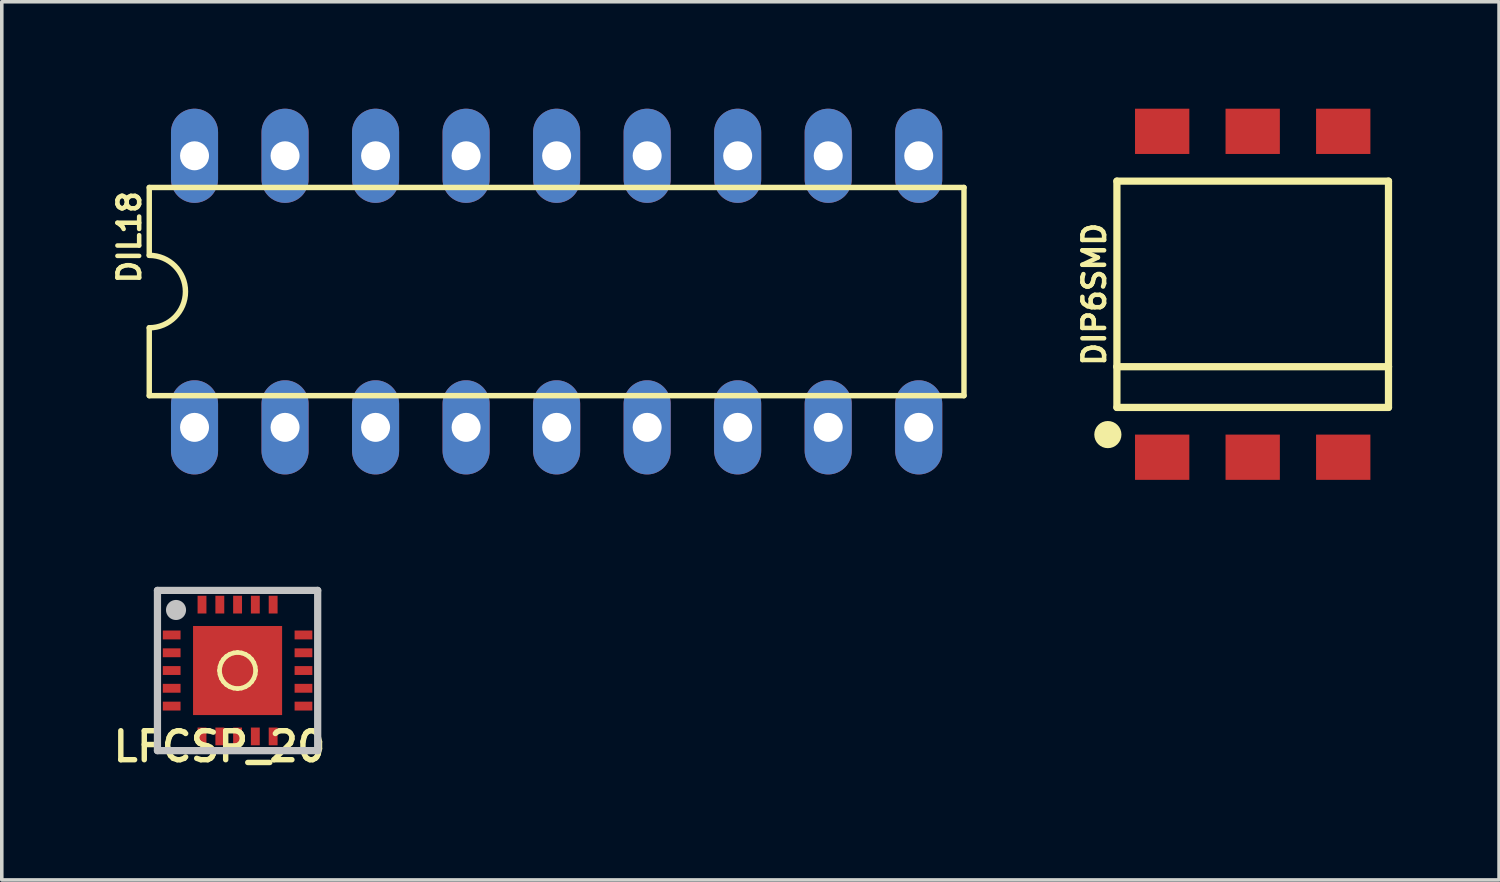
<source format=kicad_pcb>
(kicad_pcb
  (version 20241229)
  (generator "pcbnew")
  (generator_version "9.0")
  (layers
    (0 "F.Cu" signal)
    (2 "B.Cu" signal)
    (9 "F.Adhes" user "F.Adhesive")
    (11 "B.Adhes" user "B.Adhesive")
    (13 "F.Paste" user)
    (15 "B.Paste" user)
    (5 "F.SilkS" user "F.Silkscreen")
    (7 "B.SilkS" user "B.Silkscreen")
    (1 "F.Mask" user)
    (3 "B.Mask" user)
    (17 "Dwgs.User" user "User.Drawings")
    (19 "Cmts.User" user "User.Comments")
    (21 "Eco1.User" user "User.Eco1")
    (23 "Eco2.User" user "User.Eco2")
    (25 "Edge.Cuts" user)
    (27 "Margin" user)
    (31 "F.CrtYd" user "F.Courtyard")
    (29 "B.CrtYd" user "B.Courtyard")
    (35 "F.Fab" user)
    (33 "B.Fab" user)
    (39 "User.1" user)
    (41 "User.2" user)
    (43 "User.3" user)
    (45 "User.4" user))
  (footprint "DIP6SMD"
    (layer "F.Cu")
    (at 32.099 5.207)
    (property "Reference" "DIP6SMD" (at -4.445 0 90) (layer "F.SilkS") (effects (font (size 0.61 0.61) (thickness 0.127))))
    (attr smd)
    (fp_line (start -3.81 -3.175) (end 3.81 -3.175) (stroke (width 0.203) (type solid)) (layer "F.SilkS"))
    (fp_line (start -3.81 2.032) (end -3.81 -3.175) (stroke (width 0.203) (type solid)) (layer "F.SilkS"))
    (fp_line (start -3.81 2.032) (end 3.81 2.032) (stroke (width 0.203) (type solid)) (layer "F.SilkS"))
    (fp_line (start -3.81 3.175) (end -3.81 2.032) (stroke (width 0.203) (type solid)) (layer "F.SilkS"))
    (fp_line (start 3.81 -3.175) (end 3.81 2.032) (stroke (width 0.203) (type solid)) (layer "F.SilkS"))
    (fp_line (start 3.81 2.032) (end 3.81 3.175) (stroke (width 0.203) (type solid)) (layer "F.SilkS"))
    (fp_line (start 3.81 3.175) (end -3.81 3.175) (stroke (width 0.203) (type solid)) (layer "F.SilkS"))
    (fp_circle (center -4.064 3.937) (end -3.937 3.937) (stroke (width 0.254) (type solid)) (fill no) (layer "F.SilkS"))
    (fp_circle (center -4.064 3.937) (end -3.81 3.937) (stroke (width 0.254) (type solid)) (fill no) (layer "F.SilkS"))
    (pad "1" smd rect (at -2.54 4.572) (size 1.524 1.27) (layers "F.Cu" "F.Mask" "F.Paste"))
    (pad "2" smd rect (at 0 4.572) (size 1.524 1.27) (layers "F.Cu" "F.Mask" "F.Paste"))
    (pad "3" smd rect (at 2.54 4.572) (size 1.524 1.27) (layers "F.Cu" "F.Mask" "F.Paste"))
    (pad "4" smd rect (at 2.54 -4.572) (size 1.524 1.27) (layers "F.Cu" "F.Mask" "F.Paste"))
    (pad "5" smd rect (at 0 -4.572) (size 1.524 1.27) (layers "F.Cu" "F.Mask" "F.Paste"))
    (pad "6" smd rect (at -2.54 -4.572) (size 1.524 1.27) (layers "F.Cu" "F.Mask" "F.Paste")))
  (footprint "DIL18"
    (layer "F.Cu")
    (at 12.568 5.131)
    (property "Reference" "DIL18" (at -11.989 -1.524 90) (layer "F.SilkS") (effects (font (size 0.61 0.61) (thickness 0.127))))
    (attr exclude_from_pos_files exclude_from_bom)
    (fp_line (start -11.43 -2.921) (end -11.43 -1.016) (stroke (width 0.152) (type solid)) (layer "F.SilkS"))
    (fp_line (start -11.43 2.921) (end -11.43 1.016) (stroke (width 0.152) (type solid)) (layer "F.SilkS"))
    (fp_line (start -11.43 2.921) (end 11.43 2.921) (stroke (width 0.152) (type solid)) (layer "F.SilkS"))
    (fp_line (start 11.43 -2.921) (end -11.43 -2.921) (stroke (width 0.152) (type solid)) (layer "F.SilkS"))
    (fp_line (start 11.43 -2.921) (end 11.43 2.921) (stroke (width 0.152) (type solid)) (layer "F.SilkS"))
    (fp_arc (start -11.43 -1.016) (mid -10.414 0) (end -11.43 1.016) (stroke (width 0.1524) (type solid)) (layer "F.SilkS"))
    (pad "1" thru_hole oval (at -10.16 3.81 180) (size 1.321 2.642) (drill 0.813) (layers "*.Cu" "*.Paste" "*.Mask"))
    (pad "2" thru_hole oval (at -7.62 3.81 180) (size 1.321 2.642) (drill 0.813) (layers "*.Cu" "*.Paste" "*.Mask"))
    (pad "3" thru_hole oval (at -5.08 3.81 180) (size 1.321 2.642) (drill 0.813) (layers "*.Cu" "*.Paste" "*.Mask"))
    (pad "4" thru_hole oval (at -2.54 3.81 180) (size 1.321 2.642) (drill 0.813) (layers "*.Cu" "*.Paste" "*.Mask"))
    (pad "5" thru_hole oval (at 0 3.81 180) (size 1.321 2.642) (drill 0.813) (layers "*.Cu" "*.Paste" "*.Mask"))
    (pad "6" thru_hole oval (at 2.54 3.81 180) (size 1.321 2.642) (drill 0.813) (layers "*.Cu" "*.Paste" "*.Mask"))
    (pad "7" thru_hole oval (at 5.08 3.81 180) (size 1.321 2.642) (drill 0.813) (layers "*.Cu" "*.Paste" "*.Mask"))
    (pad "8" thru_hole oval (at 7.62 3.81 180) (size 1.321 2.642) (drill 0.813) (layers "*.Cu" "*.Paste" "*.Mask"))
    (pad "9" thru_hole oval (at 10.16 3.81 180) (size 1.321 2.642) (drill 0.813) (layers "*.Cu" "*.Paste" "*.Mask"))
    (pad "10" thru_hole oval (at 10.16 -3.81 180) (size 1.321 2.642) (drill 0.813) (layers "*.Cu" "*.Paste" "*.Mask"))
    (pad "11" thru_hole oval (at 7.62 -3.81 180) (size 1.321 2.642) (drill 0.813) (layers "*.Cu" "*.Paste" "*.Mask"))
    (pad "12" thru_hole oval (at 5.08 -3.81 180) (size 1.321 2.642) (drill 0.813) (layers "*.Cu" "*.Paste" "*.Mask"))
    (pad "13" thru_hole oval (at 2.54 -3.81 180) (size 1.321 2.642) (drill 0.813) (layers "*.Cu" "*.Paste" "*.Mask"))
    (pad "14" thru_hole oval (at 0 -3.81 180) (size 1.321 2.642) (drill 0.813) (layers "*.Cu" "*.Paste" "*.Mask"))
    (pad "15" thru_hole oval (at -2.54 -3.81 180) (size 1.321 2.642) (drill 0.813) (layers "*.Cu" "*.Paste" "*.Mask"))
    (pad "16" thru_hole oval (at -5.08 -3.81 180) (size 1.321 2.642) (drill 0.813) (layers "*.Cu" "*.Paste" "*.Mask"))
    (pad "17" thru_hole oval (at -7.62 -3.81 180) (size 1.321 2.642) (drill 0.813) (layers "*.Cu" "*.Paste" "*.Mask"))
    (pad "18" thru_hole oval (at -10.16 -3.81 180) (size 1.321 2.642) (drill 0.813) (layers "*.Cu" "*.Paste" "*.Mask")))
  (footprint "LFCSP_20"
    (layer "F.Cu")
    (at 3.616 15.764)
    (property "Reference" "LFCSP_20" (at -0.508 2.134 0) (layer "F.SilkS") (effects (font (size 0.813 0.813) (thickness 0.152))))
    (attr smd)
    (fp_line (start -0.508 0) (end -0.493 -0.112) (stroke (width 0.127) (type solid)) (layer "F.SilkS"))
    (fp_line (start -0.493 -0.112) (end -0.457 -0.218) (stroke (width 0.127) (type solid)) (layer "F.SilkS"))
    (fp_line (start -0.493 0.112) (end -0.508 0) (stroke (width 0.127) (type solid)) (layer "F.SilkS"))
    (fp_line (start -0.457 -0.218) (end -0.396 -0.315) (stroke (width 0.127) (type solid)) (layer "F.SilkS"))
    (fp_line (start -0.457 0.218) (end -0.493 0.112) (stroke (width 0.127) (type solid)) (layer "F.SilkS"))
    (fp_line (start -0.396 -0.315) (end -0.315 -0.396) (stroke (width 0.127) (type solid)) (layer "F.SilkS"))
    (fp_line (start -0.396 0.315) (end -0.457 0.218) (stroke (width 0.127) (type solid)) (layer "F.SilkS"))
    (fp_line (start -0.315 -0.396) (end -0.218 -0.457) (stroke (width 0.127) (type solid)) (layer "F.SilkS"))
    (fp_line (start -0.315 0.396) (end -0.396 0.315) (stroke (width 0.127) (type solid)) (layer "F.SilkS"))
    (fp_line (start -0.218 -0.457) (end -0.112 -0.493) (stroke (width 0.127) (type solid)) (layer "F.SilkS"))
    (fp_line (start -0.218 0.457) (end -0.315 0.396) (stroke (width 0.127) (type solid)) (layer "F.SilkS"))
    (fp_line (start -0.112 -0.493) (end 0 -0.508) (stroke (width 0.127) (type solid)) (layer "F.SilkS"))
    (fp_line (start -0.112 0.493) (end -0.218 0.457) (stroke (width 0.127) (type solid)) (layer "F.SilkS"))
    (fp_line (start 0 -0.508) (end 0.112 -0.493) (stroke (width 0.127) (type solid)) (layer "F.SilkS"))
    (fp_line (start 0 0.508) (end -0.112 0.493) (stroke (width 0.127) (type solid)) (layer "F.SilkS"))
    (fp_line (start 0.112 -0.493) (end 0.218 -0.457) (stroke (width 0.127) (type solid)) (layer "F.SilkS"))
    (fp_line (start 0.112 0.493) (end 0 0.508) (stroke (width 0.127) (type solid)) (layer "F.SilkS"))
    (fp_line (start 0.218 -0.457) (end 0.315 -0.396) (stroke (width 0.127) (type solid)) (layer "F.SilkS"))
    (fp_line (start 0.218 0.457) (end 0.112 0.493) (stroke (width 0.127) (type solid)) (layer "F.SilkS"))
    (fp_line (start 0.315 -0.396) (end 0.396 -0.315) (stroke (width 0.127) (type solid)) (layer "F.SilkS"))
    (fp_line (start 0.315 0.396) (end 0.218 0.457) (stroke (width 0.127) (type solid)) (layer "F.SilkS"))
    (fp_line (start 0.396 -0.315) (end 0.457 -0.218) (stroke (width 0.127) (type solid)) (layer "F.SilkS"))
    (fp_line (start 0.396 0.315) (end 0.315 0.396) (stroke (width 0.127) (type solid)) (layer "F.SilkS"))
    (fp_line (start 0.457 -0.218) (end 0.493 -0.112) (stroke (width 0.127) (type solid)) (layer "F.SilkS"))
    (fp_line (start 0.457 0.218) (end 0.396 0.315) (stroke (width 0.127) (type solid)) (layer "F.SilkS"))
    (fp_line (start 0.493 -0.112) (end 0.508 0) (stroke (width 0.127) (type solid)) (layer "F.SilkS"))
    (fp_line (start 0.493 0.112) (end 0.457 0.218) (stroke (width 0.127) (type solid)) (layer "F.SilkS"))
    (fp_line (start 0.508 0) (end 0.493 0.112) (stroke (width 0.127) (type solid)) (layer "F.SilkS"))
    (fp_line (start -2.248 -2.248) (end -2.248 2.248) (stroke (width 0.203) (type solid)) (layer "Dwgs.User"))
    (fp_line (start -2.248 2.248) (end 2.248 2.248) (stroke (width 0.203) (type solid)) (layer "Dwgs.User"))
    (fp_line (start 2.248 -2.248) (end -2.248 -2.248) (stroke (width 0.203) (type solid)) (layer "Dwgs.User"))
    (fp_line (start 2.248 2.248) (end 2.248 -2.248) (stroke (width 0.203) (type solid)) (layer "Dwgs.User"))
    (fp_circle (center -1.727 -1.699) (end -1.727 -1.981) (stroke (width 0) (type solid)) (fill yes) (layer "Dwgs.User"))
    (pad "1" smd rect (at -1.849 -0.998 270) (size 0.249 0.498) (layers "F.Cu" "F.Mask" "F.Paste"))
    (pad "2" smd rect (at -1.849 -0.498 270) (size 0.249 0.498) (layers "F.Cu" "F.Mask" "F.Paste"))
    (pad "3" smd rect (at -1.849 0 270) (size 0.249 0.498) (layers "F.Cu" "F.Mask" "F.Paste"))
    (pad "4" smd rect (at -1.849 0.498 270) (size 0.249 0.498) (layers "F.Cu" "F.Mask" "F.Paste"))
    (pad "5" smd rect (at -1.849 0.998 270) (size 0.249 0.498) (layers "F.Cu" "F.Mask" "F.Paste"))
    (pad "6" smd rect (at -0.998 1.849) (size 0.249 0.498) (layers "F.Cu" "F.Mask" "F.Paste"))
    (pad "7" smd rect (at -0.498 1.849) (size 0.249 0.498) (layers "F.Cu" "F.Mask" "F.Paste"))
    (pad "8" smd rect (at 0 1.849) (size 0.249 0.498) (layers "F.Cu" "F.Mask" "F.Paste"))
    (pad "9" smd rect (at 0.498 1.849) (size 0.249 0.498) (layers "F.Cu" "F.Mask" "F.Paste"))
    (pad "10" smd rect (at 0.998 1.849) (size 0.249 0.498) (layers "F.Cu" "F.Mask" "F.Paste"))
    (pad "11" smd rect (at 1.849 0.998 90) (size 0.249 0.498) (layers "F.Cu" "F.Mask" "F.Paste"))
    (pad "12" smd rect (at 1.849 0.498 90) (size 0.249 0.498) (layers "F.Cu" "F.Mask" "F.Paste"))
    (pad "13" smd rect (at 1.849 0 90) (size 0.249 0.498) (layers "F.Cu" "F.Mask" "F.Paste"))
    (pad "14" smd rect (at 1.849 -0.498 90) (size 0.249 0.498) (layers "F.Cu" "F.Mask" "F.Paste"))
    (pad "15" smd rect (at 1.849 -0.998 90) (size 0.249 0.498) (layers "F.Cu" "F.Mask" "F.Paste"))
    (pad "16" smd rect (at 0.998 -1.849 180) (size 0.249 0.498) (layers "F.Cu" "F.Mask" "F.Paste"))
    (pad "17" smd rect (at 0.498 -1.849 180) (size 0.249 0.498) (layers "F.Cu" "F.Mask" "F.Paste"))
    (pad "18" smd rect (at 0 -1.849 180) (size 0.249 0.498) (layers "F.Cu" "F.Mask" "F.Paste"))
    (pad "19" smd rect (at -0.498 -1.849 180) (size 0.249 0.498) (layers "F.Cu" "F.Mask" "F.Paste"))
    (pad "20" smd rect (at -0.998 -1.849 180) (size 0.249 0.498) (layers "F.Cu" "F.Mask" "F.Paste"))
    (pad "PAD" smd rect (at 0 0) (size 2.499 2.499) (layers "F.Cu" "F.Mask" "F.Paste")))
  (gr_rect
    (start -3 -3)
    (end 39.011 21.64)
    (stroke (width 0.1) (type default))
    (fill no)
    (layer "Edge.Cuts")))
</source>
